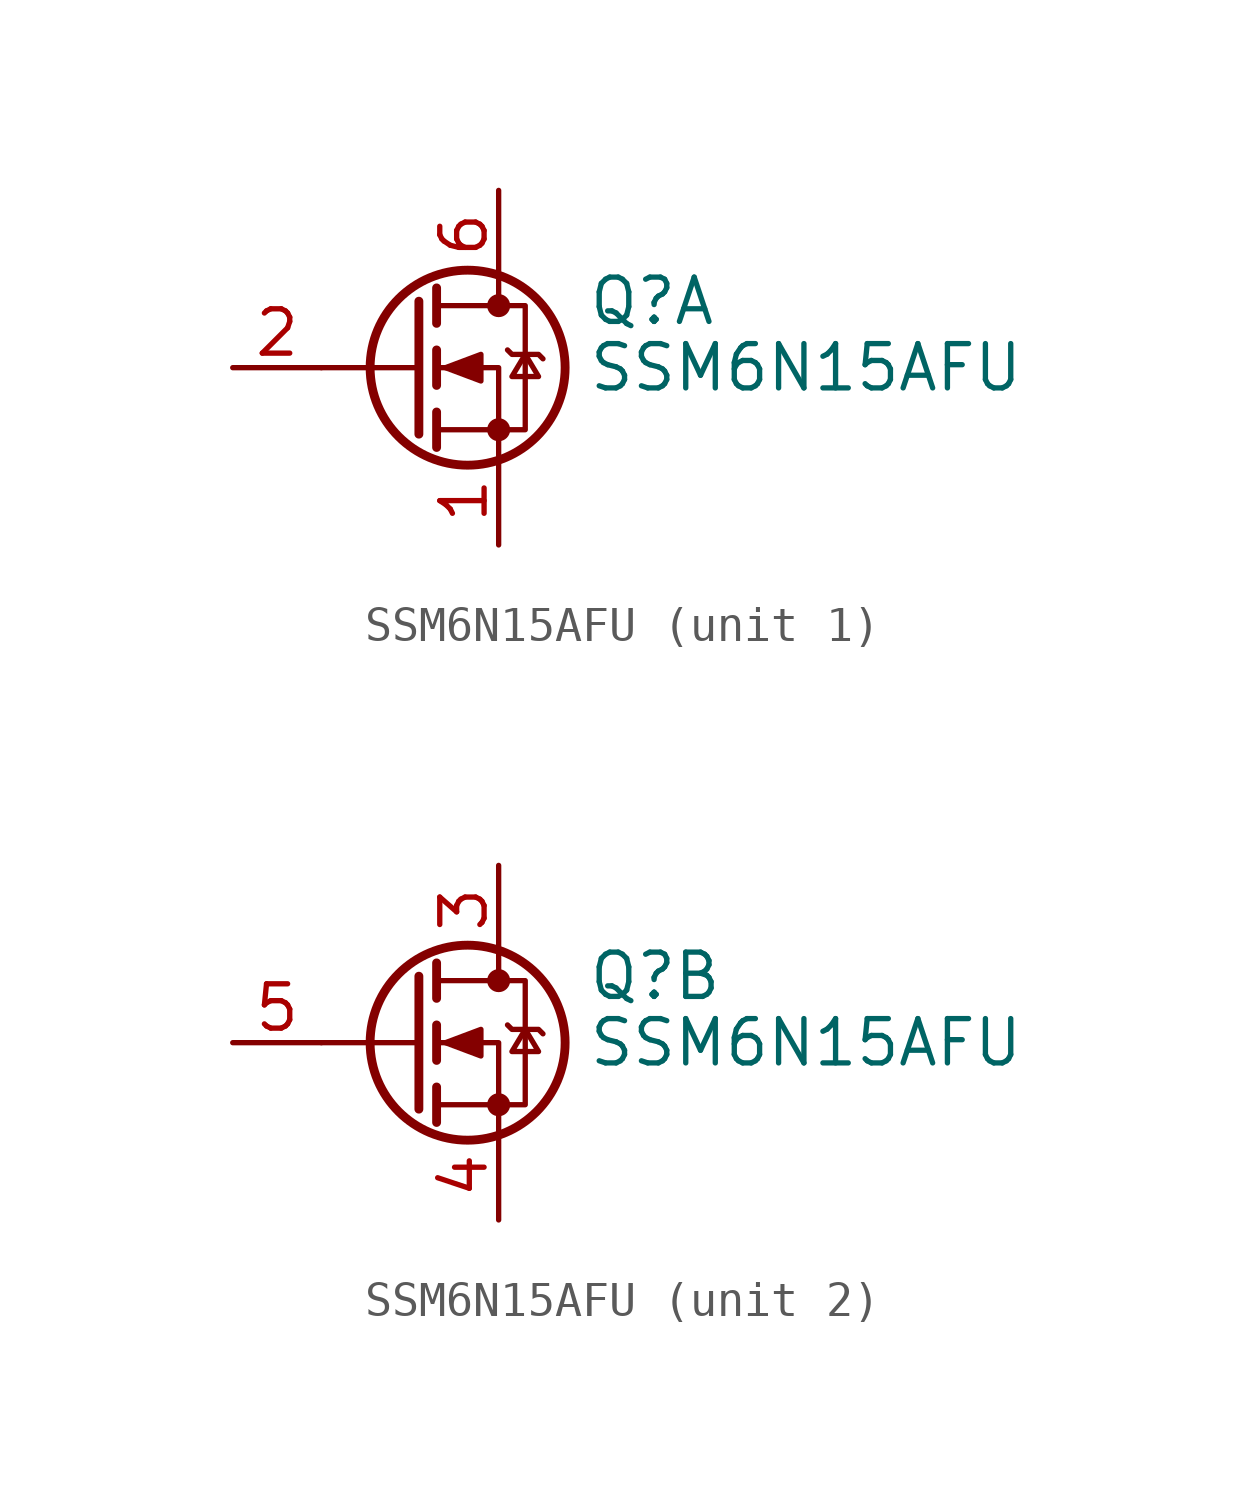
<source format=kicad_sym>
(kicad_symbol_lib
  (version 20220914)
  (generator kicad_symbol_editor)
  (symbol "SSM6N15AFU"
    (pin_names hide)
    (property "Reference" "Q"
      (at 5.08 1.905 0)
      (effects (font (size 1.27 1.27)) (justify left)))
    (property "Value" "SSM6N15AFU"
      (at 5.08 0 0)
      (effects (font (size 1.27 1.27)) (justify left)))
    (symbol "SSM6N15AFU_0_1"
      (polyline (pts (xy 0.254 0) (xy -2.54 0)) (stroke (width 0) (type default)) (fill (type none)))
      (polyline (pts (xy 0.254 1.905) (xy 0.254 -1.905)) (stroke (width 0.254) (type default)) (fill (type none)))
      (polyline (pts (xy 0.762 -1.27) (xy 0.762 -2.286)) (stroke (width 0.254) (type default)) (fill (type none)))
      (polyline (pts (xy 0.762 0.508) (xy 0.762 -0.508)) (stroke (width 0.254) (type default)) (fill (type none)))
      (polyline (pts (xy 0.762 2.286) (xy 0.762 1.27)) (stroke (width 0.254) (type default)) (fill (type none)))
      (polyline (pts (xy 2.54 2.54) (xy 2.54 1.778)) (stroke (width 0) (type default)) (fill (type none)))
      (polyline (pts (xy 2.54 -2.54) (xy 2.54 0) (xy 0.762 0)) (stroke (width 0) (type default)) (fill (type none)))
      (polyline (pts (xy 0.762 -1.778) (xy 3.302 -1.778) (xy 3.302 1.778) (xy 0.762 1.778)) (stroke (width 0) (type default)) (fill (type none)))
      (polyline (pts (xy 1.016 0) (xy 2.032 0.381) (xy 2.032 -0.381) (xy 1.016 0)) (stroke (width 0) (type default)) (fill (type outline)))
      (polyline (pts (xy 2.794 0.508) (xy 2.921 0.381) (xy 3.683 0.381) (xy 3.81 0.254)) (stroke (width 0) (type default)) (fill (type none)))
      (polyline (pts (xy 3.302 0.381) (xy 2.921 -0.254) (xy 3.683 -0.254) (xy 3.302 0.381)) (stroke (width 0) (type default)) (fill (type none)))
      (circle (center 1.651 0) (radius 2.794) (stroke (width 0.254) (type default)) (fill (type none)))
      (circle (center 2.54 -1.778) (radius 0.254) (stroke (width 0) (type default)) (fill (type outline)))
      (circle (center 2.54 1.778) (radius 0.254) (stroke (width 0) (type default)) (fill (type outline))))
    (symbol "SSM6N15AFU_1_1"
      (pin passive line (at 2.54 -5.08 90) (length 2.54) (name "S1" (effects (font (size 1.27 1.27)))) (number "1" (effects (font (size 1.27 1.27)))))
      (pin passive line (at -5.08 0 0) (length 2.54) (name "G1" (effects (font (size 1.27 1.27)))) (number "2" (effects (font (size 1.27 1.27)))))
      (pin passive line (at 2.54 5.08 270) (length 2.54) (name "D1" (effects (font (size 1.27 1.27)))) (number "6" (effects (font (size 1.27 1.27))))))
    (symbol "SSM6N15AFU_2_1"
      (pin passive line (at 2.54 5.08 270) (length 2.54) (name "D2" (effects (font (size 1.27 1.27)))) (number "3" (effects (font (size 1.27 1.27)))))
      (pin passive line (at 2.54 -5.08 90) (length 2.54) (name "S2" (effects (font (size 1.27 1.27)))) (number "4" (effects (font (size 1.27 1.27)))))
      (pin passive line (at -5.08 0 0) (length 2.54) (name "G2" (effects (font (size 1.27 1.27)))) (number "5" (effects (font (size 1.27 1.27))))))))
</source>
